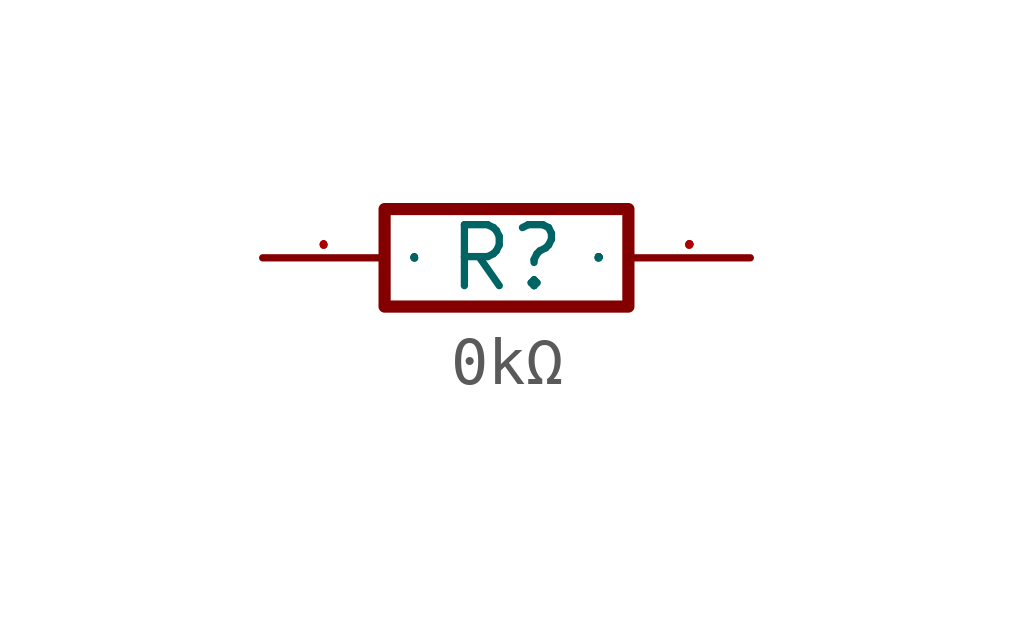
<source format=kicad_sym>
(kicad_symbol_lib
  (version 20241209)
  (generator "kicad_symbol_editor")
  (generator_version "9.0")
  (symbol "0kΩ"
    (property "Reference" "R"
      (at 0 0 0)
      (effects (font (size 1.27 1.27))))
    (property "Value" ""
      (at 0 0 0)
      (effects (font (size 1.27 1.27))))
    (symbol "0kΩ_1_0"
      (rectangle (start -2.54 1.016) (end 2.54 -1.016) (stroke (width 0.254) (type default)) (fill (type none)))
      (pin unspecified line (at -5.08 0 0) (length 2.54) (name "1" (effects (font (size 0.025 0.025)))) (number "1" (effects (font (size 0.025 0.025)))))
      (pin unspecified line (at 5.08 0 180) (length 2.54) (name "2" (effects (font (size 0.025 0.025)))) (number "2" (effects (font (size 0.025 0.025))))))))
</source>
